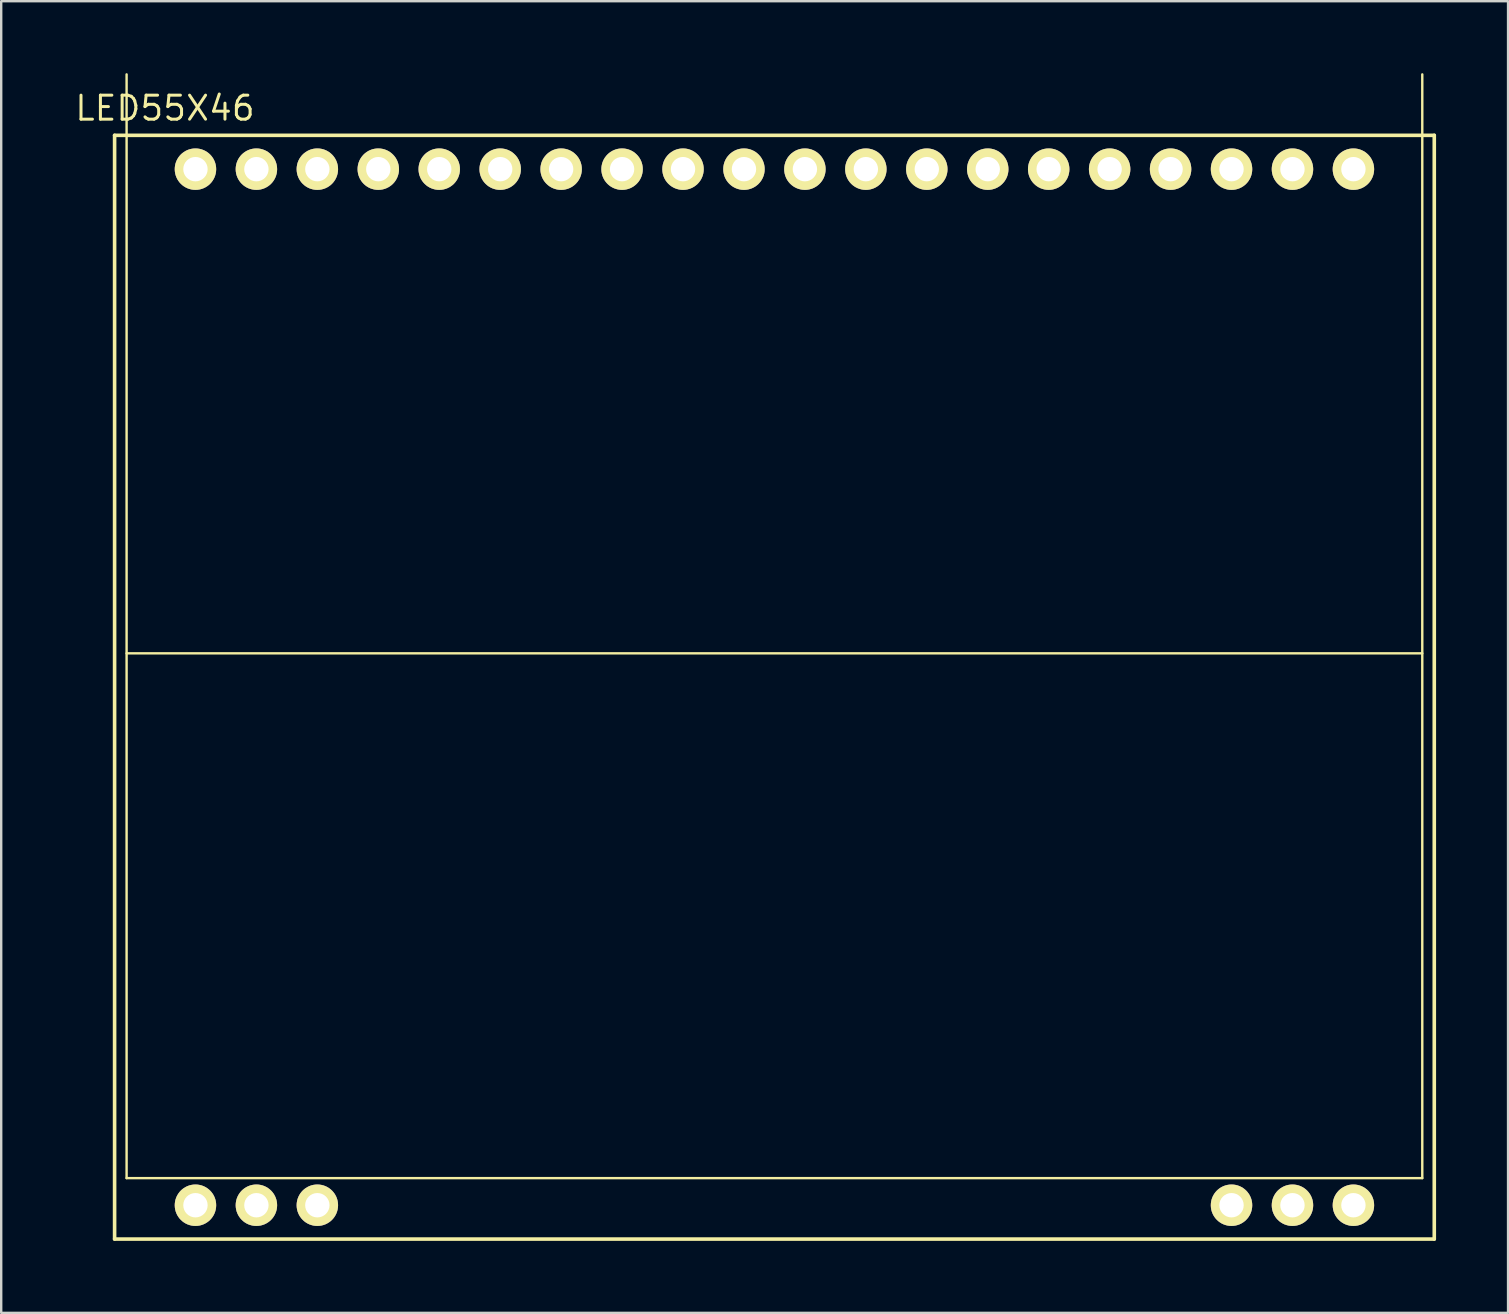
<source format=kicad_pcb>
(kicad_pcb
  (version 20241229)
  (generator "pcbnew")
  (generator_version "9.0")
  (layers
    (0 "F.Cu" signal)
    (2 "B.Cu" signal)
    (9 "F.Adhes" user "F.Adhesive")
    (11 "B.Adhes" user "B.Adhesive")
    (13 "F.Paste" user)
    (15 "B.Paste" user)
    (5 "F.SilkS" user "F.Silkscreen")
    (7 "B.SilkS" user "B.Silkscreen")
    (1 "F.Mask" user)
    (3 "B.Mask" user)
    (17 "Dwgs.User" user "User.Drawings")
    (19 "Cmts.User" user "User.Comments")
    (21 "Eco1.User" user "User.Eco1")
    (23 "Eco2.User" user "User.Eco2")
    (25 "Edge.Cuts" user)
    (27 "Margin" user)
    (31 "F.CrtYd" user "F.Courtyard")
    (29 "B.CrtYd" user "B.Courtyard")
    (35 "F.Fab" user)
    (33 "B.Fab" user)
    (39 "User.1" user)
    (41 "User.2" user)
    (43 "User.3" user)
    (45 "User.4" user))
  (footprint "LED55X46"
    (layer "F.Cu")
    (at 29.226 25.59)
    (property "Reference" "LED55X46" (at -25.4 -24.13 0) (layer "F.SilkS") (effects (font (size 1 1) (thickness 0.000001))))
    (attr through_hole)
    (fp_line (start -27.5 -23) (end 27.5 -23) (stroke (width 0.15) (type solid)) (layer "F.SilkS"))
    (fp_line (start -27.5 23) (end -27.5 -23) (stroke (width 0.15) (type solid)) (layer "F.SilkS"))
    (fp_line (start -27 -1.41) (end 27 -1.41) (stroke (width 0.1) (type solid)) (layer "F.SilkS"))
    (fp_line (start -27 20.46) (end -27 -25.54) (stroke (width 0.1) (type solid)) (layer "F.SilkS"))
    (fp_line (start 27 -25.54) (end 27 20.46) (stroke (width 0.1) (type solid)) (layer "F.SilkS"))
    (fp_line (start 27 20.46) (end -27 20.46) (stroke (width 0.1) (type solid)) (layer "F.SilkS"))
    (fp_line (start 27.5 -23) (end 27.5 23) (stroke (width 0.15) (type solid)) (layer "F.SilkS"))
    (fp_line (start 27.5 23) (end -27.5 23) (stroke (width 0.15) (type solid)) (layer "F.SilkS"))
    (pad "1" thru_hole circle (at -24.13 21.59) (size 1.727 1.727) (drill 1.016) (layers "*.Cu" "*.Mask" "F.SilkS"))
    (pad "2" thru_hole circle (at -21.59 21.59) (size 1.727 1.727) (drill 1.016) (layers "*.Cu" "*.Mask" "F.SilkS"))
    (pad "3" thru_hole circle (at -19.05 21.59) (size 1.727 1.727) (drill 1.016) (layers "*.Cu" "*.Mask" "F.SilkS"))
    (pad "18" thru_hole circle (at 19.05 21.59) (size 1.727 1.727) (drill 1.016) (layers "*.Cu" "*.Mask" "F.SilkS"))
    (pad "19" thru_hole circle (at 21.59 21.59) (size 1.727 1.727) (drill 1.016) (layers "*.Cu" "*.Mask" "F.SilkS"))
    (pad "20" thru_hole circle (at 24.13 21.59) (size 1.727 1.727) (drill 1.016) (layers "*.Cu" "*.Mask" "F.SilkS"))
    (pad "21" thru_hole circle (at 24.13 -21.59) (size 1.727 1.727) (drill 1.016) (layers "*.Cu" "*.Mask" "F.SilkS"))
    (pad "22" thru_hole circle (at 21.59 -21.59) (size 1.727 1.727) (drill 1.016) (layers "*.Cu" "*.Mask" "F.SilkS"))
    (pad "23" thru_hole circle (at 19.05 -21.59) (size 1.727 1.727) (drill 1.016) (layers "*.Cu" "*.Mask" "F.SilkS"))
    (pad "24" thru_hole circle (at 16.51 -21.59) (size 1.727 1.727) (drill 1.016) (layers "*.Cu" "*.Mask" "F.SilkS"))
    (pad "25" thru_hole circle (at 13.97 -21.59) (size 1.727 1.727) (drill 1.016) (layers "*.Cu" "*.Mask" "F.SilkS"))
    (pad "26" thru_hole circle (at 11.43 -21.59) (size 1.727 1.727) (drill 1.016) (layers "*.Cu" "*.Mask" "F.SilkS"))
    (pad "27" thru_hole circle (at 8.89 -21.59) (size 1.727 1.727) (drill 1.016) (layers "*.Cu" "*.Mask" "F.SilkS"))
    (pad "28" thru_hole circle (at 6.35 -21.59) (size 1.727 1.727) (drill 1.016) (layers "*.Cu" "*.Mask" "F.SilkS"))
    (pad "29" thru_hole circle (at 3.81 -21.59) (size 1.727 1.727) (drill 1.016) (layers "*.Cu" "*.Mask" "F.SilkS"))
    (pad "30" thru_hole circle (at 1.27 -21.59) (size 1.727 1.727) (drill 1.016) (layers "*.Cu" "*.Mask" "F.SilkS"))
    (pad "31" thru_hole circle (at -1.27 -21.59) (size 1.727 1.727) (drill 1.016) (layers "*.Cu" "*.Mask" "F.SilkS"))
    (pad "32" thru_hole circle (at -3.81 -21.59) (size 1.727 1.727) (drill 1.016) (layers "*.Cu" "*.Mask" "F.SilkS"))
    (pad "33" thru_hole circle (at -6.35 -21.59) (size 1.727 1.727) (drill 1.016) (layers "*.Cu" "*.Mask" "F.SilkS"))
    (pad "34" thru_hole circle (at -8.89 -21.59) (size 1.727 1.727) (drill 1.016) (layers "*.Cu" "*.Mask" "F.SilkS"))
    (pad "35" thru_hole circle (at -11.43 -21.59) (size 1.727 1.727) (drill 1.016) (layers "*.Cu" "*.Mask" "F.SilkS"))
    (pad "36" thru_hole circle (at -13.97 -21.59) (size 1.727 1.727) (drill 1.016) (layers "*.Cu" "*.Mask" "F.SilkS"))
    (pad "37" thru_hole circle (at -16.51 -21.59) (size 1.727 1.727) (drill 1.016) (layers "*.Cu" "*.Mask" "F.SilkS"))
    (pad "38" thru_hole circle (at -19.05 -21.59) (size 1.727 1.727) (drill 1.016) (layers "*.Cu" "*.Mask" "F.SilkS"))
    (pad "39" thru_hole circle (at -21.59 -21.59) (size 1.727 1.727) (drill 1.016) (layers "*.Cu" "*.Mask" "F.SilkS"))
    (pad "40" thru_hole circle (at -24.13 -21.59) (size 1.727 1.727) (drill 1.016) (layers "*.Cu" "*.Mask" "F.SilkS")))
  (gr_rect
    (start -3 -3)
    (end 59.801 51.665)
    (stroke (width 0.1) (type default))
    (fill no)
    (layer "Edge.Cuts")))
</source>
